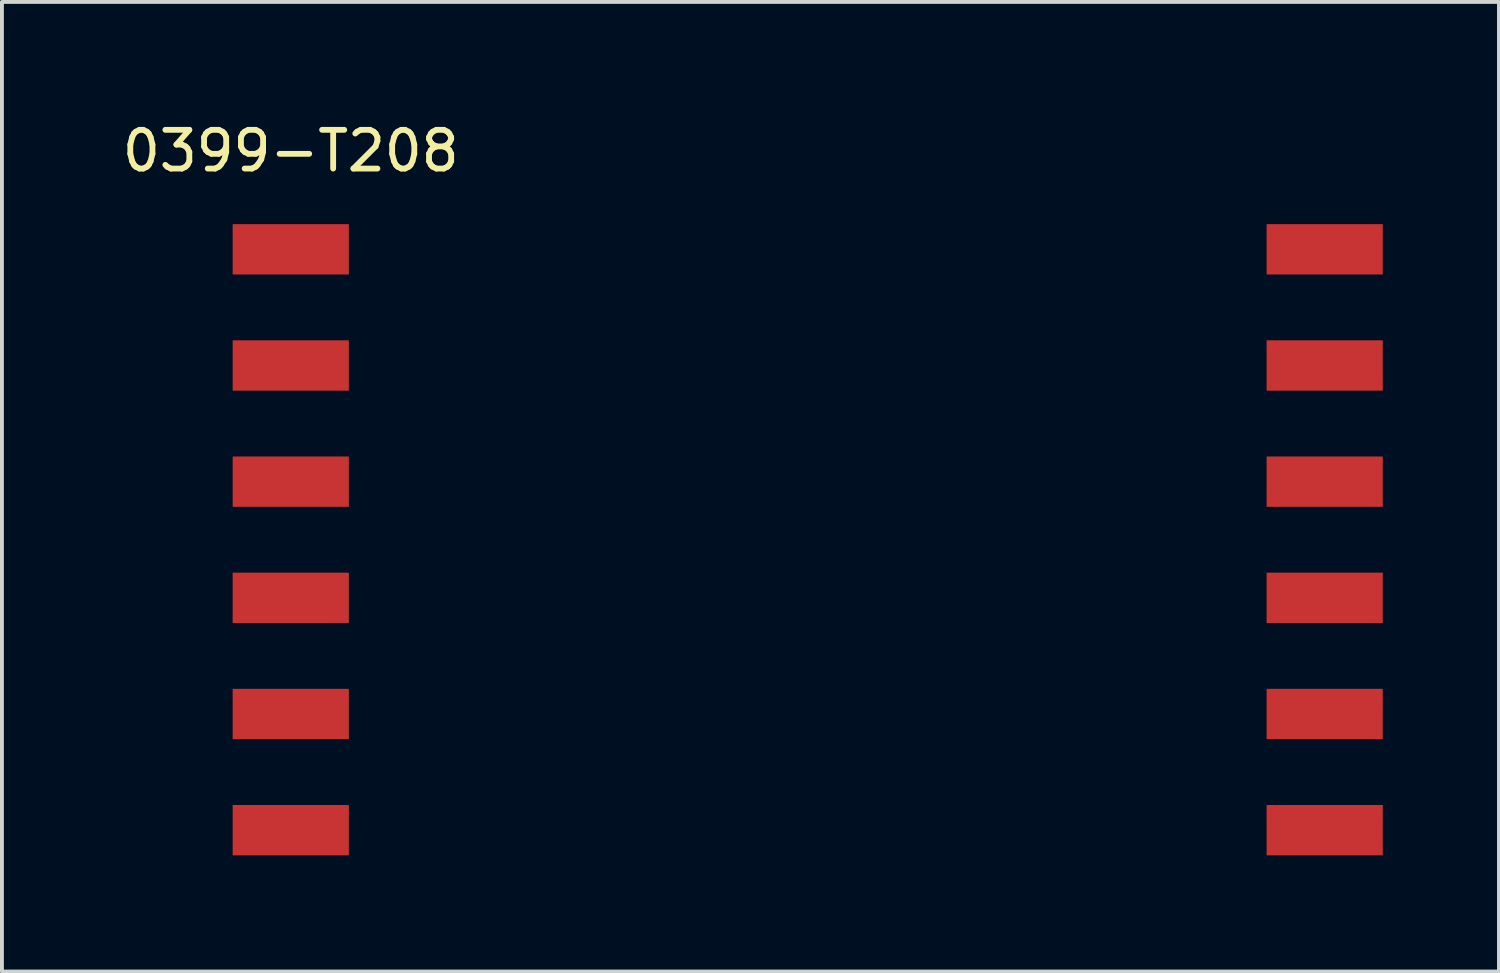
<source format=kicad_pcb>
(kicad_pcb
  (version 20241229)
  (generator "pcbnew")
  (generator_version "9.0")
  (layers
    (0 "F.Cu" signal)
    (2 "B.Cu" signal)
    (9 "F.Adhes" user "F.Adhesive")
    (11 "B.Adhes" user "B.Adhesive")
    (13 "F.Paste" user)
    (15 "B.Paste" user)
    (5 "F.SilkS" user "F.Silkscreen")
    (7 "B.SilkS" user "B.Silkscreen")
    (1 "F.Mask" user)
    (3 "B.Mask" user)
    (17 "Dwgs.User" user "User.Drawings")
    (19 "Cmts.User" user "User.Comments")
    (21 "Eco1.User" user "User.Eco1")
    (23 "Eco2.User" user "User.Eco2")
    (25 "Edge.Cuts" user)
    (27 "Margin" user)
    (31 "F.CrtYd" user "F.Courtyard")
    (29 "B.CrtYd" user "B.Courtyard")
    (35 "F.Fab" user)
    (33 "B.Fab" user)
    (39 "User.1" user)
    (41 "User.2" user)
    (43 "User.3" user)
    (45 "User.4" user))
  (footprint "0399-T208"
    (layer "F.Cu")
    (at 4.458 3.388)
    (property "Reference" "0399-T208" (at 0 -2.54 0) (layer "F.SilkS") (effects (font (size 1 1) (thickness 0.15))))
    (attr through_hole)
    (pad "1" smd rect (at 0 0 90) (size 1.3 3) (layers "F.Cu" "F.Mask" "F.Paste"))
    (pad "2" smd rect (at 0 3 90) (size 1.3 3) (layers "F.Cu" "F.Mask" "F.Paste"))
    (pad "3" smd rect (at 0 6 90) (size 1.3 3) (layers "F.Cu" "F.Mask" "F.Paste"))
    (pad "4" smd rect (at 0 9 90) (size 1.3 3) (layers "F.Cu" "F.Mask" "F.Paste"))
    (pad "5" smd rect (at 0 12 90) (size 1.3 3) (layers "F.Cu" "F.Mask" "F.Paste"))
    (pad "6" smd rect (at 0 15 90) (size 1.3 3) (layers "F.Cu" "F.Mask" "F.Paste"))
    (pad "7" smd rect (at 26.7 15 90) (size 1.3 3) (layers "F.Cu" "F.Mask" "F.Paste"))
    (pad "8" smd rect (at 26.7 12 90) (size 1.3 3) (layers "F.Cu" "F.Mask" "F.Paste"))
    (pad "9" smd rect (at 26.7 9 90) (size 1.3 3) (layers "F.Cu" "F.Mask" "F.Paste"))
    (pad "10" smd rect (at 26.7 6 90) (size 1.3 3) (layers "F.Cu" "F.Mask" "F.Paste"))
    (pad "11" smd rect (at 26.7 3 90) (size 1.3 3) (layers "F.Cu" "F.Mask" "F.Paste"))
    (pad "12" smd rect (at 26.7 0 90) (size 1.3 3) (layers "F.Cu" "F.Mask" "F.Paste")))
  (gr_rect
    (start -3 -3)
    (end 35.658 22.038)
    (stroke (width 0.1) (type default))
    (fill no)
    (layer "Edge.Cuts")))
</source>
